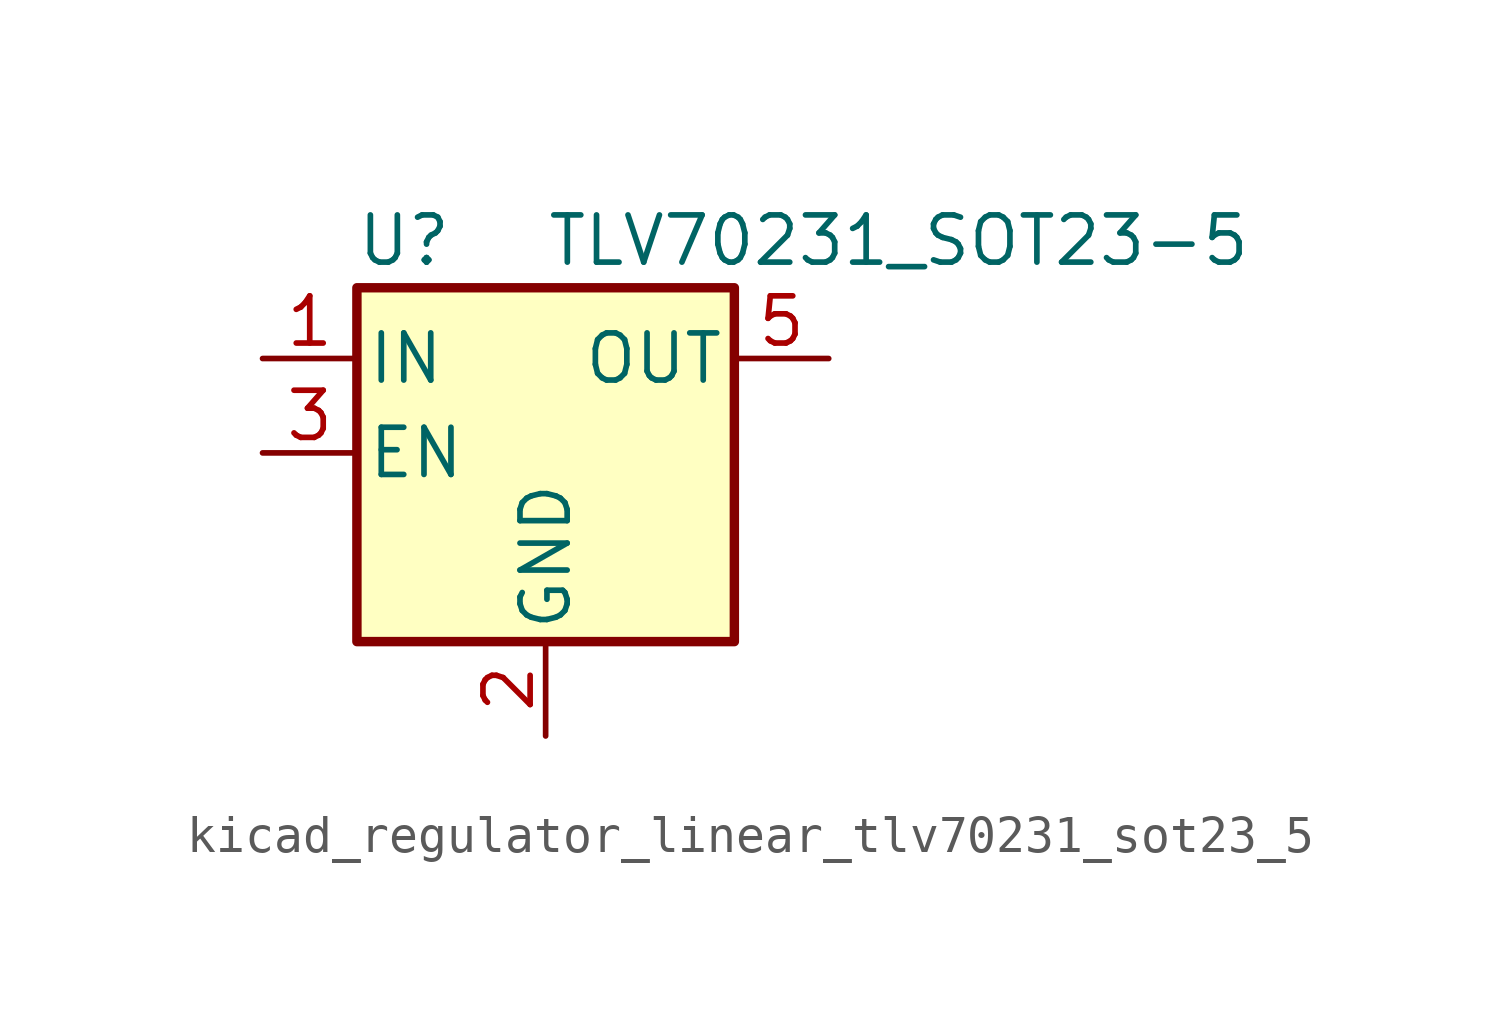
<source format=kicad_sym>
(kicad_symbol_lib
  (version 20220914)
  (generator kicad_symbol_editor)
  (symbol "kicad_regulator_linear_tlv70231_sot23_5"
    (pin_names
      (offset 0.254))
    (property "Reference" "U"
      (at -3.81 5.715 0)
      (effects (font (size 1.27 1.27))))
    (property "Value" "TLV70231_SOT23-5"
      (at 0 5.715 0)
      (effects (font (size 1.27 1.27)) (justify left)))
    (symbol "kicad_regulator_linear_tlv70231_sot23_5_0_1"
      (rectangle (start -5.08 4.445) (end 5.08 -5.08) (stroke (width 0.254) (type default)) (fill (type background))))
    (symbol "kicad_regulator_linear_tlv70231_sot23_5_1_1"
      (pin power_in line (at -7.62 2.54 0) (length 2.54) (name "IN" (effects (font (size 1.27 1.27)))) (number "1" (effects (font (size 1.27 1.27)))))
      (pin power_in line (at 0 -7.62 90) (length 2.54) (name "GND" (effects (font (size 1.27 1.27)))) (number "2" (effects (font (size 1.27 1.27)))))
      (pin input line (at -7.62 0 0) (length 2.54) (name "EN" (effects (font (size 1.27 1.27)))) (number "3" (effects (font (size 1.27 1.27)))))
      (pin no_connect line (at 5.08 0 180) (length 2.54) hide (name "NC" (effects (font (size 1.27 1.27)))) (number "4" (effects (font (size 1.27 1.27)))))
      (pin power_out line (at 7.62 2.54 180) (length 2.54) (name "OUT" (effects (font (size 1.27 1.27)))) (number "5" (effects (font (size 1.27 1.27))))))))
</source>
